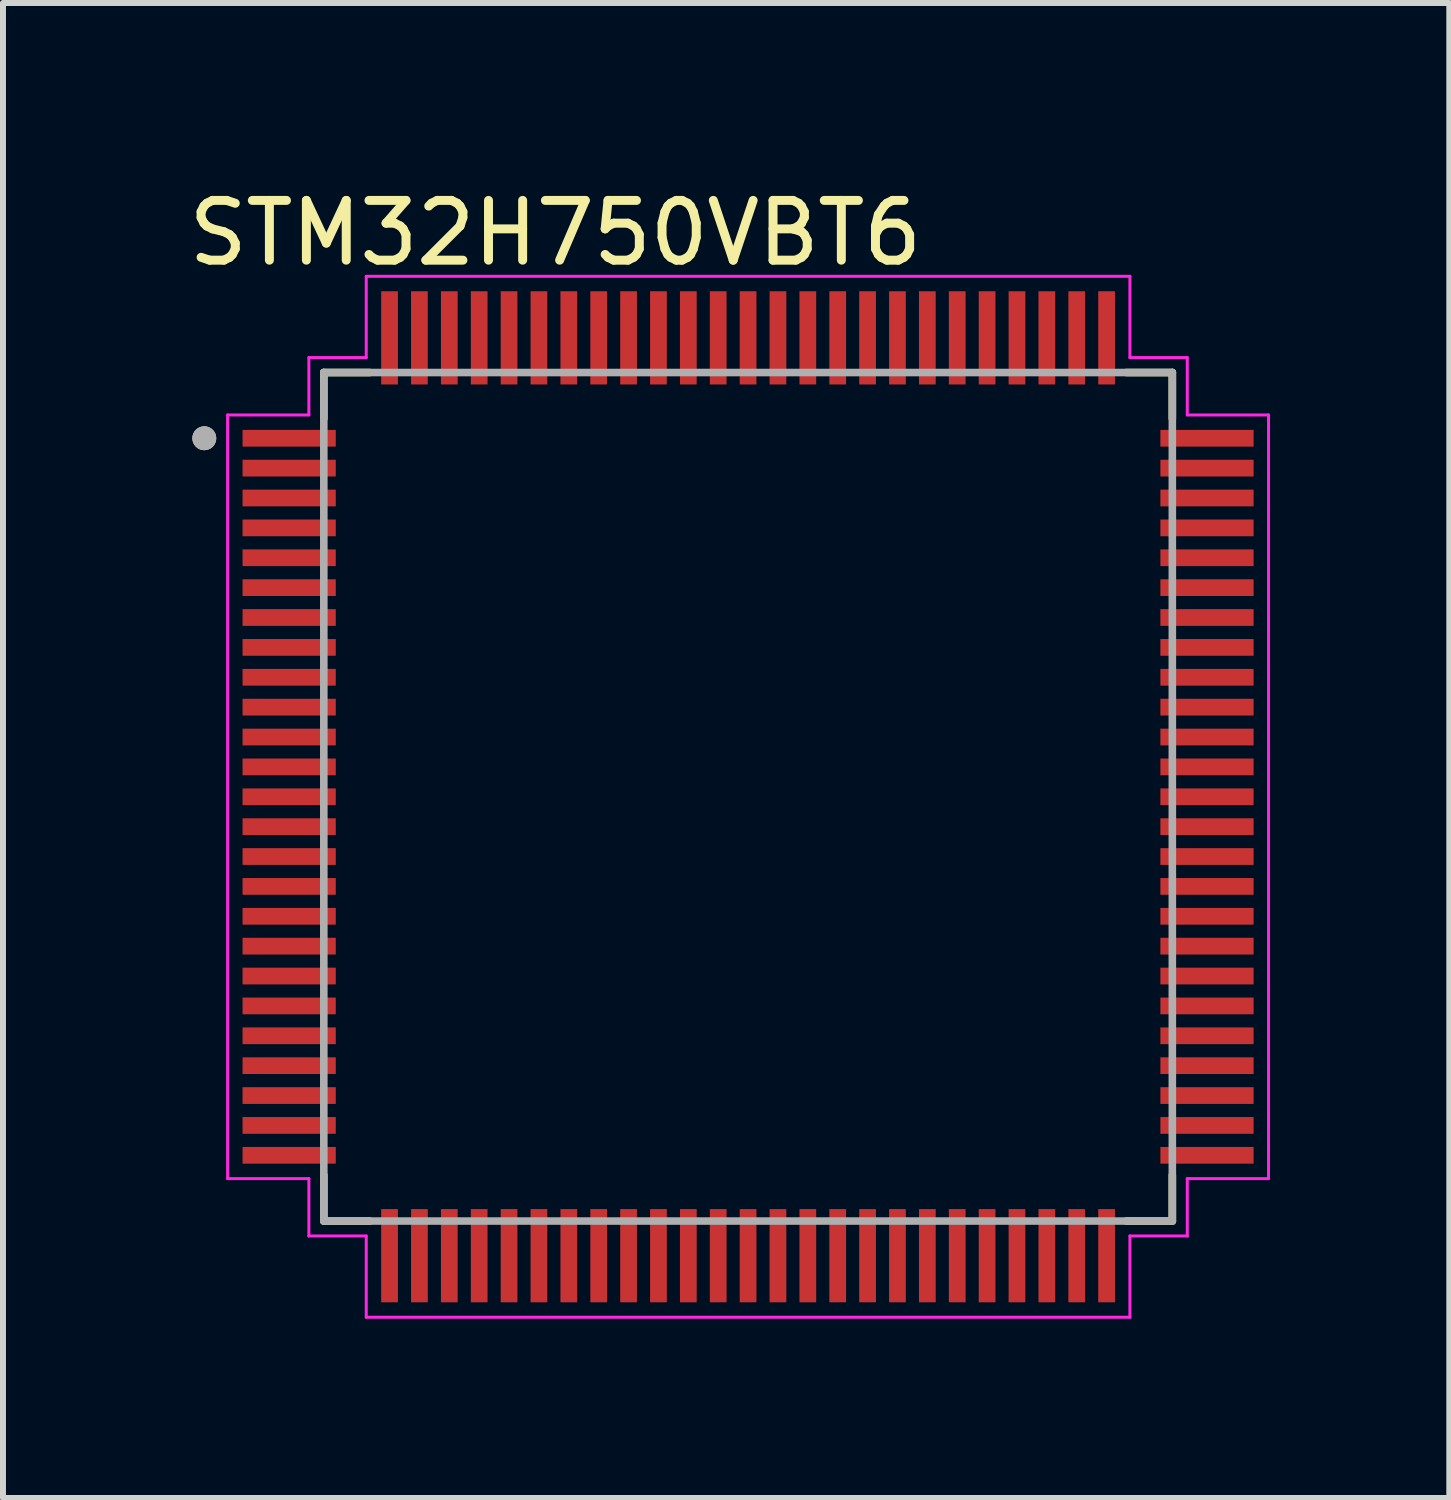
<source format=kicad_pcb>
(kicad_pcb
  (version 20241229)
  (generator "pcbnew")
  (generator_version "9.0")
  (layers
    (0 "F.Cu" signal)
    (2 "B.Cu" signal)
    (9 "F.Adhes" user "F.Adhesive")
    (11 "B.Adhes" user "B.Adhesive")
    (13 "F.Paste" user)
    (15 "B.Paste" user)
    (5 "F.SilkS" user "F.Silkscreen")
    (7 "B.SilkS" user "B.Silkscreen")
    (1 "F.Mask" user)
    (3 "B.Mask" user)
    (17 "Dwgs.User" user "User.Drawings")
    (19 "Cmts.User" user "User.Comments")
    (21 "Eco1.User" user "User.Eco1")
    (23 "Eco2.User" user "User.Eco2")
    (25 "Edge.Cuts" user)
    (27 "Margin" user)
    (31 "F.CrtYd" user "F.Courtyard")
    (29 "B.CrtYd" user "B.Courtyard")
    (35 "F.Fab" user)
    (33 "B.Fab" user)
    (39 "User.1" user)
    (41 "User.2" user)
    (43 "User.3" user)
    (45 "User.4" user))
  (footprint "STM32H750VBT6"
    (layer "F.Cu")
    (at 9.469 10.284)
    (property "Reference" "STM32H750VBT6" (at -3.225 -9.435 0) (layer "F.SilkS") (effects (font (size 1 1) (thickness 0.15))))
    (attr through_hole)
    (fp_line (start -7.1 -7.1) (end -6.33 -7.1) (stroke (width 0.127) (type solid)) (layer "F.SilkS"))
    (fp_line (start -7.1 -6.33) (end -7.1 -7.1) (stroke (width 0.127) (type solid)) (layer "F.SilkS"))
    (fp_line (start -7.1 7.1) (end -7.1 6.33) (stroke (width 0.127) (type solid)) (layer "F.SilkS"))
    (fp_line (start -6.33 7.1) (end -7.1 7.1) (stroke (width 0.127) (type solid)) (layer "F.SilkS"))
    (fp_line (start 6.33 -7.1) (end 7.1 -7.1) (stroke (width 0.127) (type solid)) (layer "F.SilkS"))
    (fp_line (start 7.1 -7.1) (end 7.1 -6.33) (stroke (width 0.127) (type solid)) (layer "F.SilkS"))
    (fp_line (start 7.1 6.33) (end 7.1 7.1) (stroke (width 0.127) (type solid)) (layer "F.SilkS"))
    (fp_line (start 7.1 7.1) (end 6.33 7.1) (stroke (width 0.127) (type solid)) (layer "F.SilkS"))
    (fp_circle (center -9.1 -6) (end -9 -6) (stroke (width 0.2) (type solid)) (fill no) (layer "F.SilkS"))
    (fp_line (start -8.71 -6.39) (end -7.35 -6.39) (stroke (width 0.05) (type solid)) (layer "F.CrtYd"))
    (fp_line (start -8.71 6.39) (end -8.71 -6.39) (stroke (width 0.05) (type solid)) (layer "F.CrtYd"))
    (fp_line (start -7.35 -7.35) (end -6.39 -7.35) (stroke (width 0.05) (type solid)) (layer "F.CrtYd"))
    (fp_line (start -7.35 -6.39) (end -7.35 -7.35) (stroke (width 0.05) (type solid)) (layer "F.CrtYd"))
    (fp_line (start -7.35 6.39) (end -8.71 6.39) (stroke (width 0.05) (type solid)) (layer "F.CrtYd"))
    (fp_line (start -7.35 7.35) (end -7.35 6.39) (stroke (width 0.05) (type solid)) (layer "F.CrtYd"))
    (fp_line (start -6.39 -8.71) (end 6.39 -8.71) (stroke (width 0.05) (type solid)) (layer "F.CrtYd"))
    (fp_line (start -6.39 -7.35) (end -6.39 -8.71) (stroke (width 0.05) (type solid)) (layer "F.CrtYd"))
    (fp_line (start -6.39 7.35) (end -7.35 7.35) (stroke (width 0.05) (type solid)) (layer "F.CrtYd"))
    (fp_line (start -6.39 8.71) (end -6.39 7.35) (stroke (width 0.05) (type solid)) (layer "F.CrtYd"))
    (fp_line (start 6.39 -8.71) (end 6.39 -7.35) (stroke (width 0.05) (type solid)) (layer "F.CrtYd"))
    (fp_line (start 6.39 -7.35) (end 7.35 -7.35) (stroke (width 0.05) (type solid)) (layer "F.CrtYd"))
    (fp_line (start 6.39 7.35) (end 6.39 8.71) (stroke (width 0.05) (type solid)) (layer "F.CrtYd"))
    (fp_line (start 6.39 8.71) (end -6.39 8.71) (stroke (width 0.05) (type solid)) (layer "F.CrtYd"))
    (fp_line (start 7.35 -7.35) (end 7.35 -6.39) (stroke (width 0.05) (type solid)) (layer "F.CrtYd"))
    (fp_line (start 7.35 -6.39) (end 8.71 -6.39) (stroke (width 0.05) (type solid)) (layer "F.CrtYd"))
    (fp_line (start 7.35 6.39) (end 7.35 7.35) (stroke (width 0.05) (type solid)) (layer "F.CrtYd"))
    (fp_line (start 7.35 7.35) (end 6.39 7.35) (stroke (width 0.05) (type solid)) (layer "F.CrtYd"))
    (fp_line (start 8.71 -6.39) (end 8.71 6.39) (stroke (width 0.05) (type solid)) (layer "F.CrtYd"))
    (fp_line (start 8.71 6.39) (end 7.35 6.39) (stroke (width 0.05) (type solid)) (layer "F.CrtYd"))
    (fp_line (start -7.1 -7.1) (end 7.1 -7.1) (stroke (width 0.127) (type solid)) (layer "F.Fab"))
    (fp_line (start -7.1 7.1) (end -7.1 -7.1) (stroke (width 0.127) (type solid)) (layer "F.Fab"))
    (fp_line (start 7.1 -7.1) (end 7.1 7.1) (stroke (width 0.127) (type solid)) (layer "F.Fab"))
    (fp_line (start 7.1 7.1) (end -7.1 7.1) (stroke (width 0.127) (type solid)) (layer "F.Fab"))
    (fp_circle (center -9.1 -6) (end -9 -6) (stroke (width 0.2) (type solid)) (fill no) (layer "F.Fab"))
    (pad "1" smd rect (at -7.68 -6) (size 1.56 0.28) (layers "F.Cu" "F.Mask" "F.Paste"))
    (pad "2" smd rect (at -7.68 -5.5) (size 1.56 0.28) (layers "F.Cu" "F.Mask" "F.Paste"))
    (pad "3" smd rect (at -7.68 -5) (size 1.56 0.28) (layers "F.Cu" "F.Mask" "F.Paste"))
    (pad "4" smd rect (at -7.68 -4.5) (size 1.56 0.28) (layers "F.Cu" "F.Mask" "F.Paste"))
    (pad "5" smd rect (at -7.68 -4) (size 1.56 0.28) (layers "F.Cu" "F.Mask" "F.Paste"))
    (pad "6" smd rect (at -7.68 -3.5) (size 1.56 0.28) (layers "F.Cu" "F.Mask" "F.Paste"))
    (pad "7" smd rect (at -7.68 -3) (size 1.56 0.28) (layers "F.Cu" "F.Mask" "F.Paste"))
    (pad "8" smd rect (at -7.68 -2.5) (size 1.56 0.28) (layers "F.Cu" "F.Mask" "F.Paste"))
    (pad "9" smd rect (at -7.68 -2) (size 1.56 0.28) (layers "F.Cu" "F.Mask" "F.Paste"))
    (pad "10" smd rect (at -7.68 -1.5) (size 1.56 0.28) (layers "F.Cu" "F.Mask" "F.Paste"))
    (pad "11" smd rect (at -7.68 -1) (size 1.56 0.28) (layers "F.Cu" "F.Mask" "F.Paste"))
    (pad "12" smd rect (at -7.68 -0.5) (size 1.56 0.28) (layers "F.Cu" "F.Mask" "F.Paste"))
    (pad "13" smd rect (at -7.68 0) (size 1.56 0.28) (layers "F.Cu" "F.Mask" "F.Paste"))
    (pad "14" smd rect (at -7.68 0.5) (size 1.56 0.28) (layers "F.Cu" "F.Mask" "F.Paste"))
    (pad "15" smd rect (at -7.68 1) (size 1.56 0.28) (layers "F.Cu" "F.Mask" "F.Paste"))
    (pad "16" smd rect (at -7.68 1.5) (size 1.56 0.28) (layers "F.Cu" "F.Mask" "F.Paste"))
    (pad "17" smd rect (at -7.68 2) (size 1.56 0.28) (layers "F.Cu" "F.Mask" "F.Paste"))
    (pad "18" smd rect (at -7.68 2.5) (size 1.56 0.28) (layers "F.Cu" "F.Mask" "F.Paste"))
    (pad "19" smd rect (at -7.68 3) (size 1.56 0.28) (layers "F.Cu" "F.Mask" "F.Paste"))
    (pad "20" smd rect (at -7.68 3.5) (size 1.56 0.28) (layers "F.Cu" "F.Mask" "F.Paste"))
    (pad "21" smd rect (at -7.68 4) (size 1.56 0.28) (layers "F.Cu" "F.Mask" "F.Paste"))
    (pad "22" smd rect (at -7.68 4.5) (size 1.56 0.28) (layers "F.Cu" "F.Mask" "F.Paste"))
    (pad "23" smd rect (at -7.68 5) (size 1.56 0.28) (layers "F.Cu" "F.Mask" "F.Paste"))
    (pad "24" smd rect (at -7.68 5.5) (size 1.56 0.28) (layers "F.Cu" "F.Mask" "F.Paste"))
    (pad "25" smd rect (at -7.68 6) (size 1.56 0.28) (layers "F.Cu" "F.Mask" "F.Paste"))
    (pad "26" smd rect (at -6 7.68) (size 0.28 1.56) (layers "F.Cu" "F.Mask" "F.Paste"))
    (pad "27" smd rect (at -5.5 7.68) (size 0.28 1.56) (layers "F.Cu" "F.Mask" "F.Paste"))
    (pad "28" smd rect (at -5 7.68) (size 0.28 1.56) (layers "F.Cu" "F.Mask" "F.Paste"))
    (pad "29" smd rect (at -4.5 7.68) (size 0.28 1.56) (layers "F.Cu" "F.Mask" "F.Paste"))
    (pad "30" smd rect (at -4 7.68) (size 0.28 1.56) (layers "F.Cu" "F.Mask" "F.Paste"))
    (pad "31" smd rect (at -3.5 7.68) (size 0.28 1.56) (layers "F.Cu" "F.Mask" "F.Paste"))
    (pad "32" smd rect (at -3 7.68) (size 0.28 1.56) (layers "F.Cu" "F.Mask" "F.Paste"))
    (pad "33" smd rect (at -2.5 7.68) (size 0.28 1.56) (layers "F.Cu" "F.Mask" "F.Paste"))
    (pad "34" smd rect (at -2 7.68) (size 0.28 1.56) (layers "F.Cu" "F.Mask" "F.Paste"))
    (pad "35" smd rect (at -1.5 7.68) (size 0.28 1.56) (layers "F.Cu" "F.Mask" "F.Paste"))
    (pad "36" smd rect (at -1 7.68) (size 0.28 1.56) (layers "F.Cu" "F.Mask" "F.Paste"))
    (pad "37" smd rect (at -0.5 7.68) (size 0.28 1.56) (layers "F.Cu" "F.Mask" "F.Paste"))
    (pad "38" smd rect (at 0 7.68) (size 0.28 1.56) (layers "F.Cu" "F.Mask" "F.Paste"))
    (pad "39" smd rect (at 0.5 7.68) (size 0.28 1.56) (layers "F.Cu" "F.Mask" "F.Paste"))
    (pad "40" smd rect (at 1 7.68) (size 0.28 1.56) (layers "F.Cu" "F.Mask" "F.Paste"))
    (pad "41" smd rect (at 1.5 7.68) (size 0.28 1.56) (layers "F.Cu" "F.Mask" "F.Paste"))
    (pad "42" smd rect (at 2 7.68) (size 0.28 1.56) (layers "F.Cu" "F.Mask" "F.Paste"))
    (pad "43" smd rect (at 2.5 7.68) (size 0.28 1.56) (layers "F.Cu" "F.Mask" "F.Paste"))
    (pad "44" smd rect (at 3 7.68) (size 0.28 1.56) (layers "F.Cu" "F.Mask" "F.Paste"))
    (pad "45" smd rect (at 3.5 7.68) (size 0.28 1.56) (layers "F.Cu" "F.Mask" "F.Paste"))
    (pad "46" smd rect (at 4 7.68) (size 0.28 1.56) (layers "F.Cu" "F.Mask" "F.Paste"))
    (pad "47" smd rect (at 4.5 7.68) (size 0.28 1.56) (layers "F.Cu" "F.Mask" "F.Paste"))
    (pad "48" smd rect (at 5 7.68) (size 0.28 1.56) (layers "F.Cu" "F.Mask" "F.Paste"))
    (pad "49" smd rect (at 5.5 7.68) (size 0.28 1.56) (layers "F.Cu" "F.Mask" "F.Paste"))
    (pad "50" smd rect (at 6 7.68) (size 0.28 1.56) (layers "F.Cu" "F.Mask" "F.Paste"))
    (pad "51" smd rect (at 7.68 6) (size 1.56 0.28) (layers "F.Cu" "F.Mask" "F.Paste"))
    (pad "52" smd rect (at 7.68 5.5) (size 1.56 0.28) (layers "F.Cu" "F.Mask" "F.Paste"))
    (pad "53" smd rect (at 7.68 5) (size 1.56 0.28) (layers "F.Cu" "F.Mask" "F.Paste"))
    (pad "54" smd rect (at 7.68 4.5) (size 1.56 0.28) (layers "F.Cu" "F.Mask" "F.Paste"))
    (pad "55" smd rect (at 7.68 4) (size 1.56 0.28) (layers "F.Cu" "F.Mask" "F.Paste"))
    (pad "56" smd rect (at 7.68 3.5) (size 1.56 0.28) (layers "F.Cu" "F.Mask" "F.Paste"))
    (pad "57" smd rect (at 7.68 3) (size 1.56 0.28) (layers "F.Cu" "F.Mask" "F.Paste"))
    (pad "58" smd rect (at 7.68 2.5) (size 1.56 0.28) (layers "F.Cu" "F.Mask" "F.Paste"))
    (pad "59" smd rect (at 7.68 2) (size 1.56 0.28) (layers "F.Cu" "F.Mask" "F.Paste"))
    (pad "60" smd rect (at 7.68 1.5) (size 1.56 0.28) (layers "F.Cu" "F.Mask" "F.Paste"))
    (pad "61" smd rect (at 7.68 1) (size 1.56 0.28) (layers "F.Cu" "F.Mask" "F.Paste"))
    (pad "62" smd rect (at 7.68 0.5) (size 1.56 0.28) (layers "F.Cu" "F.Mask" "F.Paste"))
    (pad "63" smd rect (at 7.68 0) (size 1.56 0.28) (layers "F.Cu" "F.Mask" "F.Paste"))
    (pad "64" smd rect (at 7.68 -0.5) (size 1.56 0.28) (layers "F.Cu" "F.Mask" "F.Paste"))
    (pad "65" smd rect (at 7.68 -1) (size 1.56 0.28) (layers "F.Cu" "F.Mask" "F.Paste"))
    (pad "66" smd rect (at 7.68 -1.5) (size 1.56 0.28) (layers "F.Cu" "F.Mask" "F.Paste"))
    (pad "67" smd rect (at 7.68 -2) (size 1.56 0.28) (layers "F.Cu" "F.Mask" "F.Paste"))
    (pad "68" smd rect (at 7.68 -2.5) (size 1.56 0.28) (layers "F.Cu" "F.Mask" "F.Paste"))
    (pad "69" smd rect (at 7.68 -3) (size 1.56 0.28) (layers "F.Cu" "F.Mask" "F.Paste"))
    (pad "70" smd rect (at 7.68 -3.5) (size 1.56 0.28) (layers "F.Cu" "F.Mask" "F.Paste"))
    (pad "71" smd rect (at 7.68 -4) (size 1.56 0.28) (layers "F.Cu" "F.Mask" "F.Paste"))
    (pad "72" smd rect (at 7.68 -4.5) (size 1.56 0.28) (layers "F.Cu" "F.Mask" "F.Paste"))
    (pad "73" smd rect (at 7.68 -5) (size 1.56 0.28) (layers "F.Cu" "F.Mask" "F.Paste"))
    (pad "74" smd rect (at 7.68 -5.5) (size 1.56 0.28) (layers "F.Cu" "F.Mask" "F.Paste"))
    (pad "75" smd rect (at 7.68 -6) (size 1.56 0.28) (layers "F.Cu" "F.Mask" "F.Paste"))
    (pad "76" smd rect (at 6 -7.68) (size 0.28 1.56) (layers "F.Cu" "F.Mask" "F.Paste"))
    (pad "77" smd rect (at 5.5 -7.68) (size 0.28 1.56) (layers "F.Cu" "F.Mask" "F.Paste"))
    (pad "78" smd rect (at 5 -7.68) (size 0.28 1.56) (layers "F.Cu" "F.Mask" "F.Paste"))
    (pad "79" smd rect (at 4.5 -7.68) (size 0.28 1.56) (layers "F.Cu" "F.Mask" "F.Paste"))
    (pad "80" smd rect (at 4 -7.68) (size 0.28 1.56) (layers "F.Cu" "F.Mask" "F.Paste"))
    (pad "81" smd rect (at 3.5 -7.68) (size 0.28 1.56) (layers "F.Cu" "F.Mask" "F.Paste"))
    (pad "82" smd rect (at 3 -7.68) (size 0.28 1.56) (layers "F.Cu" "F.Mask" "F.Paste"))
    (pad "83" smd rect (at 2.5 -7.68) (size 0.28 1.56) (layers "F.Cu" "F.Mask" "F.Paste"))
    (pad "84" smd rect (at 2 -7.68) (size 0.28 1.56) (layers "F.Cu" "F.Mask" "F.Paste"))
    (pad "85" smd rect (at 1.5 -7.68) (size 0.28 1.56) (layers "F.Cu" "F.Mask" "F.Paste"))
    (pad "86" smd rect (at 1 -7.68) (size 0.28 1.56) (layers "F.Cu" "F.Mask" "F.Paste"))
    (pad "87" smd rect (at 0.5 -7.68) (size 0.28 1.56) (layers "F.Cu" "F.Mask" "F.Paste"))
    (pad "88" smd rect (at 0 -7.68) (size 0.28 1.56) (layers "F.Cu" "F.Mask" "F.Paste"))
    (pad "89" smd rect (at -0.5 -7.68) (size 0.28 1.56) (layers "F.Cu" "F.Mask" "F.Paste"))
    (pad "90" smd rect (at -1 -7.68) (size 0.28 1.56) (layers "F.Cu" "F.Mask" "F.Paste"))
    (pad "91" smd rect (at -1.5 -7.68) (size 0.28 1.56) (layers "F.Cu" "F.Mask" "F.Paste"))
    (pad "92" smd rect (at -2 -7.68) (size 0.28 1.56) (layers "F.Cu" "F.Mask" "F.Paste"))
    (pad "93" smd rect (at -2.5 -7.68) (size 0.28 1.56) (layers "F.Cu" "F.Mask" "F.Paste"))
    (pad "94" smd rect (at -3 -7.68) (size 0.28 1.56) (layers "F.Cu" "F.Mask" "F.Paste"))
    (pad "95" smd rect (at -3.5 -7.68) (size 0.28 1.56) (layers "F.Cu" "F.Mask" "F.Paste"))
    (pad "96" smd rect (at -4 -7.68) (size 0.28 1.56) (layers "F.Cu" "F.Mask" "F.Paste"))
    (pad "97" smd rect (at -4.5 -7.68) (size 0.28 1.56) (layers "F.Cu" "F.Mask" "F.Paste"))
    (pad "98" smd rect (at -5 -7.68) (size 0.28 1.56) (layers "F.Cu" "F.Mask" "F.Paste"))
    (pad "99" smd rect (at -5.5 -7.68) (size 0.28 1.56) (layers "F.Cu" "F.Mask" "F.Paste"))
    (pad "100" smd rect (at -6 -7.68) (size 0.28 1.56) (layers "F.Cu" "F.Mask" "F.Paste")))
  (gr_rect
    (start -3 -3)
    (end 21.204 22.019)
    (stroke (width 0.1) (type default))
    (fill no)
    (layer "Edge.Cuts")))
</source>
